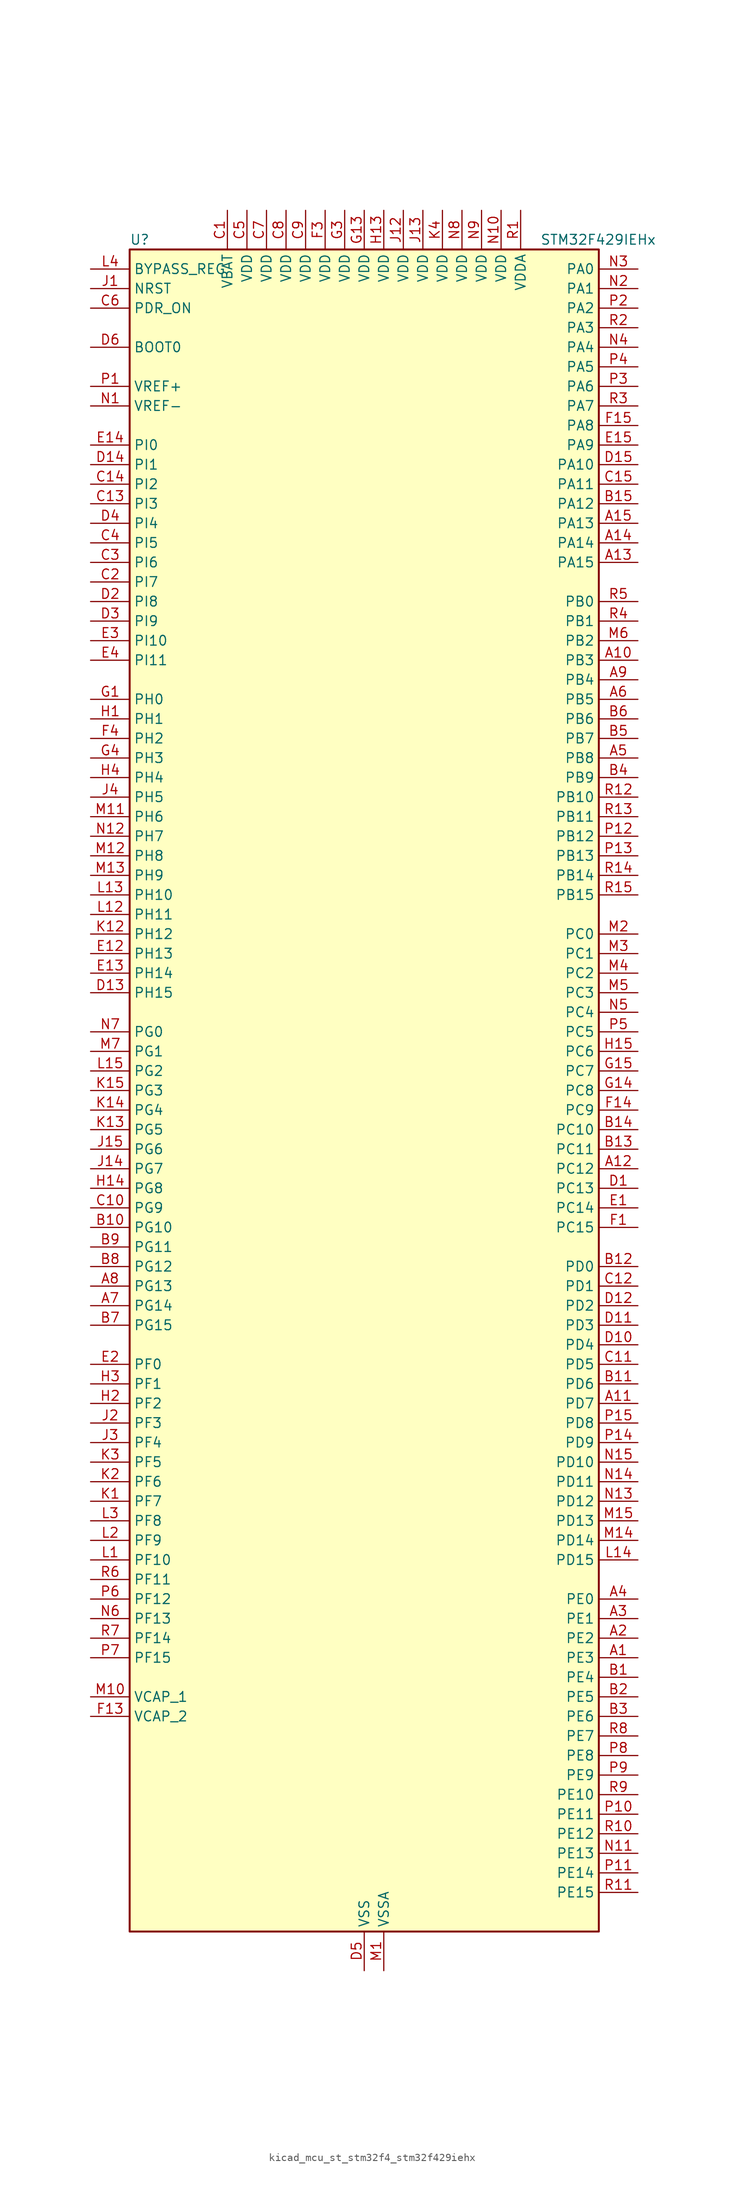
<source format=kicad_sym>
(kicad_symbol_lib
  (version 20220914)
  (generator kicad_symbol_editor)
  (symbol "kicad_mcu_st_stm32f4_stm32f429iehx"
    (property "Reference" "U"
      (at -30.48 110.49 0)
      (effects (font (size 1.27 1.27)) (justify left)))
    (property "Value" "STM32F429IEHx"
      (at 22.86 110.49 0)
      (effects (font (size 1.27 1.27)) (justify left)))
    (property "ki_locked" ""
      (at 0 0 0)
      (effects (font (size 1.27 1.27))))
    (symbol "kicad_mcu_st_stm32f4_stm32f429iehx_0_1"
      (rectangle (start -30.48 -109.22) (end 30.48 109.22) (stroke (width 0.254) (type default)) (fill (type background))))
    (symbol "kicad_mcu_st_stm32f4_stm32f429iehx_1_1"
      (pin bidirectional line (at 35.56 -73.66 180) (length 5.08) (name "PE3" (effects (font (size 1.27 1.27)))) (number "A1" (effects (font (size 1.27 1.27)))) (alternate "FMC_A19" bidirectional line) (alternate "SAI1_SD_B" bidirectional line) (alternate "SYS_TRACED0" bidirectional line))
      (pin bidirectional line (at 35.56 55.88 180) (length 5.08) (name "PB3" (effects (font (size 1.27 1.27)))) (number "A10" (effects (font (size 1.27 1.27)))) (alternate "I2S3_CK" bidirectional line) (alternate "SPI1_SCK" bidirectional line) (alternate "SPI3_SCK" bidirectional line) (alternate "SYS_JTDO-SWO" bidirectional line) (alternate "TIM2_CH2" bidirectional line))
      (pin bidirectional line (at 35.56 -40.64 180) (length 5.08) (name "PD7" (effects (font (size 1.27 1.27)))) (number "A11" (effects (font (size 1.27 1.27)))) (alternate "FMC_NCE2" bidirectional line) (alternate "FMC_NE1" bidirectional line) (alternate "USART2_CK" bidirectional line))
      (pin bidirectional line (at 35.56 -10.16 180) (length 5.08) (name "PC12" (effects (font (size 1.27 1.27)))) (number "A12" (effects (font (size 1.27 1.27)))) (alternate "DCMI_D9" bidirectional line) (alternate "I2S3_SD" bidirectional line) (alternate "SDIO_CK" bidirectional line) (alternate "SPI3_MOSI" bidirectional line) (alternate "UART5_TX" bidirectional line) (alternate "USART3_CK" bidirectional line))
      (pin bidirectional line (at 35.56 68.58 180) (length 5.08) (name "PA15" (effects (font (size 1.27 1.27)))) (number "A13" (effects (font (size 1.27 1.27)))) (alternate "ADC1_EXTI15" bidirectional line) (alternate "ADC2_EXTI15" bidirectional line) (alternate "ADC3_EXTI15" bidirectional line) (alternate "I2S3_WS" bidirectional line) (alternate "SPI1_NSS" bidirectional line) (alternate "SPI3_NSS" bidirectional line) (alternate "SYS_JTDI" bidirectional line) (alternate "TIM2_CH1" bidirectional line) (alternate "TIM2_ETR" bidirectional line))
      (pin bidirectional line (at 35.56 71.12 180) (length 5.08) (name "PA14" (effects (font (size 1.27 1.27)))) (number "A14" (effects (font (size 1.27 1.27)))) (alternate "SYS_JTCK-SWCLK" bidirectional line))
      (pin bidirectional line (at 35.56 73.66 180) (length 5.08) (name "PA13" (effects (font (size 1.27 1.27)))) (number "A15" (effects (font (size 1.27 1.27)))) (alternate "SYS_JTMS-SWDIO" bidirectional line))
      (pin bidirectional line (at 35.56 -71.12 180) (length 5.08) (name "PE2" (effects (font (size 1.27 1.27)))) (number "A2" (effects (font (size 1.27 1.27)))) (alternate "ETH_TXD3" bidirectional line) (alternate "FMC_A23" bidirectional line) (alternate "SAI1_MCLK_A" bidirectional line) (alternate "SPI4_SCK" bidirectional line) (alternate "SYS_TRACECLK" bidirectional line))
      (pin bidirectional line (at 35.56 -68.58 180) (length 5.08) (name "PE1" (effects (font (size 1.27 1.27)))) (number "A3" (effects (font (size 1.27 1.27)))) (alternate "DCMI_D3" bidirectional line) (alternate "FMC_NBL1" bidirectional line) (alternate "UART8_TX" bidirectional line))
      (pin bidirectional line (at 35.56 -66.04 180) (length 5.08) (name "PE0" (effects (font (size 1.27 1.27)))) (number "A4" (effects (font (size 1.27 1.27)))) (alternate "DCMI_D2" bidirectional line) (alternate "FMC_NBL0" bidirectional line) (alternate "TIM4_ETR" bidirectional line) (alternate "UART8_RX" bidirectional line))
      (pin bidirectional line (at 35.56 43.18 180) (length 5.08) (name "PB8" (effects (font (size 1.27 1.27)))) (number "A5" (effects (font (size 1.27 1.27)))) (alternate "CAN1_RX" bidirectional line) (alternate "DCMI_D6" bidirectional line) (alternate "ETH_TXD3" bidirectional line) (alternate "I2C1_SCL" bidirectional line) (alternate "LTDC_B6" bidirectional line) (alternate "SDIO_D4" bidirectional line) (alternate "TIM10_CH1" bidirectional line) (alternate "TIM4_CH3" bidirectional line))
      (pin bidirectional line (at 35.56 50.8 180) (length 5.08) (name "PB5" (effects (font (size 1.27 1.27)))) (number "A6" (effects (font (size 1.27 1.27)))) (alternate "CAN2_RX" bidirectional line) (alternate "DCMI_D10" bidirectional line) (alternate "ETH_PPS_OUT" bidirectional line) (alternate "FMC_SDCKE1" bidirectional line) (alternate "I2C1_SMBA" bidirectional line) (alternate "I2S3_SD" bidirectional line) (alternate "SPI1_MOSI" bidirectional line) (alternate "SPI3_MOSI" bidirectional line) (alternate "TIM3_CH2" bidirectional line) (alternate "USB_OTG_HS_ULPI_D7" bidirectional line))
      (pin bidirectional line (at -35.56 -27.94 0) (length 5.08) (name "PG14" (effects (font (size 1.27 1.27)))) (number "A7" (effects (font (size 1.27 1.27)))) (alternate "ETH_TXD1" bidirectional line) (alternate "FMC_A25" bidirectional line) (alternate "SPI6_MOSI" bidirectional line) (alternate "USART6_TX" bidirectional line))
      (pin bidirectional line (at -35.56 -25.4 0) (length 5.08) (name "PG13" (effects (font (size 1.27 1.27)))) (number "A8" (effects (font (size 1.27 1.27)))) (alternate "ETH_TXD0" bidirectional line) (alternate "FMC_A24" bidirectional line) (alternate "SPI6_SCK" bidirectional line) (alternate "USART6_CTS" bidirectional line))
      (pin bidirectional line (at 35.56 53.34 180) (length 5.08) (name "PB4" (effects (font (size 1.27 1.27)))) (number "A9" (effects (font (size 1.27 1.27)))) (alternate "I2S3_ext_SD" bidirectional line) (alternate "SPI1_MISO" bidirectional line) (alternate "SPI3_MISO" bidirectional line) (alternate "SYS_JTRST" bidirectional line) (alternate "TIM3_CH1" bidirectional line))
      (pin bidirectional line (at 35.56 -76.2 180) (length 5.08) (name "PE4" (effects (font (size 1.27 1.27)))) (number "B1" (effects (font (size 1.27 1.27)))) (alternate "DCMI_D4" bidirectional line) (alternate "FMC_A20" bidirectional line) (alternate "LTDC_B0" bidirectional line) (alternate "SAI1_FS_A" bidirectional line) (alternate "SPI4_NSS" bidirectional line) (alternate "SYS_TRACED1" bidirectional line))
      (pin bidirectional line (at -35.56 -17.78 0) (length 5.08) (name "PG10" (effects (font (size 1.27 1.27)))) (number "B10" (effects (font (size 1.27 1.27)))) (alternate "DCMI_D2" bidirectional line) (alternate "FMC_NCE4_1" bidirectional line) (alternate "FMC_NE3" bidirectional line) (alternate "LTDC_B2" bidirectional line) (alternate "LTDC_G3" bidirectional line))
      (pin bidirectional line (at 35.56 -38.1 180) (length 5.08) (name "PD6" (effects (font (size 1.27 1.27)))) (number "B11" (effects (font (size 1.27 1.27)))) (alternate "DCMI_D10" bidirectional line) (alternate "FMC_NWAIT" bidirectional line) (alternate "I2S3_SD" bidirectional line) (alternate "LTDC_B2" bidirectional line) (alternate "SAI1_SD_A" bidirectional line) (alternate "SPI3_MOSI" bidirectional line) (alternate "USART2_RX" bidirectional line))
      (pin bidirectional line (at 35.56 -22.86 180) (length 5.08) (name "PD0" (effects (font (size 1.27 1.27)))) (number "B12" (effects (font (size 1.27 1.27)))) (alternate "CAN1_RX" bidirectional line) (alternate "FMC_D2" bidirectional line) (alternate "FMC_DA2" bidirectional line))
      (pin bidirectional line (at 35.56 -7.62 180) (length 5.08) (name "PC11" (effects (font (size 1.27 1.27)))) (number "B13" (effects (font (size 1.27 1.27)))) (alternate "ADC1_EXTI11" bidirectional line) (alternate "ADC2_EXTI11" bidirectional line) (alternate "ADC3_EXTI11" bidirectional line) (alternate "DCMI_D4" bidirectional line) (alternate "I2S3_ext_SD" bidirectional line) (alternate "SDIO_D3" bidirectional line) (alternate "SPI3_MISO" bidirectional line) (alternate "UART4_RX" bidirectional line) (alternate "USART3_RX" bidirectional line))
      (pin bidirectional line (at 35.56 -5.08 180) (length 5.08) (name "PC10" (effects (font (size 1.27 1.27)))) (number "B14" (effects (font (size 1.27 1.27)))) (alternate "DCMI_D8" bidirectional line) (alternate "I2S3_CK" bidirectional line) (alternate "LTDC_R2" bidirectional line) (alternate "SDIO_D2" bidirectional line) (alternate "SPI3_SCK" bidirectional line) (alternate "UART4_TX" bidirectional line) (alternate "USART3_TX" bidirectional line))
      (pin bidirectional line (at 35.56 76.2 180) (length 5.08) (name "PA12" (effects (font (size 1.27 1.27)))) (number "B15" (effects (font (size 1.27 1.27)))) (alternate "CAN1_TX" bidirectional line) (alternate "LTDC_R5" bidirectional line) (alternate "TIM1_ETR" bidirectional line) (alternate "USART1_RTS" bidirectional line) (alternate "USB_OTG_FS_DP" bidirectional line))
      (pin bidirectional line (at 35.56 -78.74 180) (length 5.08) (name "PE5" (effects (font (size 1.27 1.27)))) (number "B2" (effects (font (size 1.27 1.27)))) (alternate "DCMI_D6" bidirectional line) (alternate "FMC_A21" bidirectional line) (alternate "LTDC_G0" bidirectional line) (alternate "SAI1_SCK_A" bidirectional line) (alternate "SPI4_MISO" bidirectional line) (alternate "SYS_TRACED2" bidirectional line) (alternate "TIM9_CH1" bidirectional line))
      (pin bidirectional line (at 35.56 -81.28 180) (length 5.08) (name "PE6" (effects (font (size 1.27 1.27)))) (number "B3" (effects (font (size 1.27 1.27)))) (alternate "DCMI_D7" bidirectional line) (alternate "FMC_A22" bidirectional line) (alternate "LTDC_G1" bidirectional line) (alternate "SAI1_SD_A" bidirectional line) (alternate "SPI4_MOSI" bidirectional line) (alternate "SYS_TRACED3" bidirectional line) (alternate "TIM9_CH2" bidirectional line))
      (pin bidirectional line (at 35.56 40.64 180) (length 5.08) (name "PB9" (effects (font (size 1.27 1.27)))) (number "B4" (effects (font (size 1.27 1.27)))) (alternate "CAN1_TX" bidirectional line) (alternate "DAC_EXTI9" bidirectional line) (alternate "DCMI_D7" bidirectional line) (alternate "I2C1_SDA" bidirectional line) (alternate "I2S2_WS" bidirectional line) (alternate "LTDC_B7" bidirectional line) (alternate "SDIO_D5" bidirectional line) (alternate "SPI2_NSS" bidirectional line) (alternate "TIM11_CH1" bidirectional line) (alternate "TIM4_CH4" bidirectional line))
      (pin bidirectional line (at 35.56 45.72 180) (length 5.08) (name "PB7" (effects (font (size 1.27 1.27)))) (number "B5" (effects (font (size 1.27 1.27)))) (alternate "DCMI_VSYNC" bidirectional line) (alternate "FMC_NL" bidirectional line) (alternate "I2C1_SDA" bidirectional line) (alternate "TIM4_CH2" bidirectional line) (alternate "USART1_RX" bidirectional line))
      (pin bidirectional line (at 35.56 48.26 180) (length 5.08) (name "PB6" (effects (font (size 1.27 1.27)))) (number "B6" (effects (font (size 1.27 1.27)))) (alternate "CAN2_TX" bidirectional line) (alternate "DCMI_D5" bidirectional line) (alternate "FMC_SDNE1" bidirectional line) (alternate "I2C1_SCL" bidirectional line) (alternate "TIM4_CH1" bidirectional line) (alternate "USART1_TX" bidirectional line))
      (pin bidirectional line (at -35.56 -30.48 0) (length 5.08) (name "PG15" (effects (font (size 1.27 1.27)))) (number "B7" (effects (font (size 1.27 1.27)))) (alternate "ADC1_EXTI15" bidirectional line) (alternate "ADC2_EXTI15" bidirectional line) (alternate "ADC3_EXTI15" bidirectional line) (alternate "DCMI_D13" bidirectional line) (alternate "FMC_SDNCAS" bidirectional line) (alternate "USART6_CTS" bidirectional line))
      (pin bidirectional line (at -35.56 -22.86 0) (length 5.08) (name "PG12" (effects (font (size 1.27 1.27)))) (number "B8" (effects (font (size 1.27 1.27)))) (alternate "FMC_NE4" bidirectional line) (alternate "LTDC_B1" bidirectional line) (alternate "LTDC_B4" bidirectional line) (alternate "SPI6_MISO" bidirectional line) (alternate "USART6_RTS" bidirectional line))
      (pin bidirectional line (at -35.56 -20.32 0) (length 5.08) (name "PG11" (effects (font (size 1.27 1.27)))) (number "B9" (effects (font (size 1.27 1.27)))) (alternate "ADC1_EXTI11" bidirectional line) (alternate "ADC2_EXTI11" bidirectional line) (alternate "ADC3_EXTI11" bidirectional line) (alternate "DCMI_D3" bidirectional line) (alternate "ETH_TX_EN" bidirectional line) (alternate "FMC_NCE4_2" bidirectional line) (alternate "LTDC_B3" bidirectional line))
      (pin power_in line (at -17.78 114.3 270) (length 5.08) (name "VBAT" (effects (font (size 1.27 1.27)))) (number "C1" (effects (font (size 1.27 1.27)))))
      (pin bidirectional line (at -35.56 -15.24 0) (length 5.08) (name "PG9" (effects (font (size 1.27 1.27)))) (number "C10" (effects (font (size 1.27 1.27)))) (alternate "DAC_EXTI9" bidirectional line) (alternate "DCMI_VSYNC" bidirectional line) (alternate "FMC_NCE3" bidirectional line) (alternate "FMC_NE2" bidirectional line) (alternate "USART6_RX" bidirectional line))
      (pin bidirectional line (at 35.56 -35.56 180) (length 5.08) (name "PD5" (effects (font (size 1.27 1.27)))) (number "C11" (effects (font (size 1.27 1.27)))) (alternate "FMC_NWE" bidirectional line) (alternate "USART2_TX" bidirectional line))
      (pin bidirectional line (at 35.56 -25.4 180) (length 5.08) (name "PD1" (effects (font (size 1.27 1.27)))) (number "C12" (effects (font (size 1.27 1.27)))) (alternate "CAN1_TX" bidirectional line) (alternate "FMC_D3" bidirectional line) (alternate "FMC_DA3" bidirectional line))
      (pin bidirectional line (at -35.56 76.2 0) (length 5.08) (name "PI3" (effects (font (size 1.27 1.27)))) (number "C13" (effects (font (size 1.27 1.27)))) (alternate "DCMI_D10" bidirectional line) (alternate "FMC_D27" bidirectional line) (alternate "I2S2_SD" bidirectional line) (alternate "SPI2_MOSI" bidirectional line) (alternate "TIM8_ETR" bidirectional line))
      (pin bidirectional line (at -35.56 78.74 0) (length 5.08) (name "PI2" (effects (font (size 1.27 1.27)))) (number "C14" (effects (font (size 1.27 1.27)))) (alternate "DCMI_D9" bidirectional line) (alternate "FMC_D26" bidirectional line) (alternate "I2S2_ext_SD" bidirectional line) (alternate "LTDC_G7" bidirectional line) (alternate "SPI2_MISO" bidirectional line) (alternate "TIM8_CH4" bidirectional line))
      (pin bidirectional line (at 35.56 78.74 180) (length 5.08) (name "PA11" (effects (font (size 1.27 1.27)))) (number "C15" (effects (font (size 1.27 1.27)))) (alternate "ADC1_EXTI11" bidirectional line) (alternate "ADC2_EXTI11" bidirectional line) (alternate "ADC3_EXTI11" bidirectional line) (alternate "CAN1_RX" bidirectional line) (alternate "LTDC_R4" bidirectional line) (alternate "TIM1_CH4" bidirectional line) (alternate "USART1_CTS" bidirectional line) (alternate "USB_OTG_FS_DM" bidirectional line))
      (pin bidirectional line (at -35.56 66.04 0) (length 5.08) (name "PI7" (effects (font (size 1.27 1.27)))) (number "C2" (effects (font (size 1.27 1.27)))) (alternate "DCMI_D7" bidirectional line) (alternate "FMC_D29" bidirectional line) (alternate "LTDC_B7" bidirectional line) (alternate "TIM8_CH3" bidirectional line))
      (pin bidirectional line (at -35.56 68.58 0) (length 5.08) (name "PI6" (effects (font (size 1.27 1.27)))) (number "C3" (effects (font (size 1.27 1.27)))) (alternate "DCMI_D6" bidirectional line) (alternate "FMC_D28" bidirectional line) (alternate "LTDC_B6" bidirectional line) (alternate "TIM8_CH2" bidirectional line))
      (pin bidirectional line (at -35.56 71.12 0) (length 5.08) (name "PI5" (effects (font (size 1.27 1.27)))) (number "C4" (effects (font (size 1.27 1.27)))) (alternate "DCMI_VSYNC" bidirectional line) (alternate "FMC_NBL3" bidirectional line) (alternate "LTDC_B5" bidirectional line) (alternate "TIM8_CH1" bidirectional line))
      (pin power_in line (at -15.24 114.3 270) (length 5.08) (name "VDD" (effects (font (size 1.27 1.27)))) (number "C5" (effects (font (size 1.27 1.27)))))
      (pin input line (at -35.56 101.6 0) (length 5.08) (name "PDR_ON" (effects (font (size 1.27 1.27)))) (number "C6" (effects (font (size 1.27 1.27)))))
      (pin power_in line (at -12.7 114.3 270) (length 5.08) (name "VDD" (effects (font (size 1.27 1.27)))) (number "C7" (effects (font (size 1.27 1.27)))))
      (pin power_in line (at -10.16 114.3 270) (length 5.08) (name "VDD" (effects (font (size 1.27 1.27)))) (number "C8" (effects (font (size 1.27 1.27)))))
      (pin power_in line (at -7.62 114.3 270) (length 5.08) (name "VDD" (effects (font (size 1.27 1.27)))) (number "C9" (effects (font (size 1.27 1.27)))))
      (pin bidirectional line (at 35.56 -12.7 180) (length 5.08) (name "PC13" (effects (font (size 1.27 1.27)))) (number "D1" (effects (font (size 1.27 1.27)))) (alternate "RTC_AF1" bidirectional line))
      (pin bidirectional line (at 35.56 -33.02 180) (length 5.08) (name "PD4" (effects (font (size 1.27 1.27)))) (number "D10" (effects (font (size 1.27 1.27)))) (alternate "FMC_NOE" bidirectional line) (alternate "USART2_RTS" bidirectional line))
      (pin bidirectional line (at 35.56 -30.48 180) (length 5.08) (name "PD3" (effects (font (size 1.27 1.27)))) (number "D11" (effects (font (size 1.27 1.27)))) (alternate "DCMI_D5" bidirectional line) (alternate "FMC_CLK" bidirectional line) (alternate "I2S2_CK" bidirectional line) (alternate "LTDC_G7" bidirectional line) (alternate "SPI2_SCK" bidirectional line) (alternate "USART2_CTS" bidirectional line))
      (pin bidirectional line (at 35.56 -27.94 180) (length 5.08) (name "PD2" (effects (font (size 1.27 1.27)))) (number "D12" (effects (font (size 1.27 1.27)))) (alternate "DCMI_D11" bidirectional line) (alternate "SDIO_CMD" bidirectional line) (alternate "TIM3_ETR" bidirectional line) (alternate "UART5_RX" bidirectional line))
      (pin bidirectional line (at -35.56 12.7 0) (length 5.08) (name "PH15" (effects (font (size 1.27 1.27)))) (number "D13" (effects (font (size 1.27 1.27)))) (alternate "ADC1_EXTI15" bidirectional line) (alternate "ADC2_EXTI15" bidirectional line) (alternate "ADC3_EXTI15" bidirectional line) (alternate "DCMI_D11" bidirectional line) (alternate "FMC_D23" bidirectional line) (alternate "LTDC_G4" bidirectional line) (alternate "TIM8_CH3N" bidirectional line))
      (pin bidirectional line (at -35.56 81.28 0) (length 5.08) (name "PI1" (effects (font (size 1.27 1.27)))) (number "D14" (effects (font (size 1.27 1.27)))) (alternate "DCMI_D8" bidirectional line) (alternate "FMC_D25" bidirectional line) (alternate "I2S2_CK" bidirectional line) (alternate "LTDC_G6" bidirectional line) (alternate "SPI2_SCK" bidirectional line))
      (pin bidirectional line (at 35.56 81.28 180) (length 5.08) (name "PA10" (effects (font (size 1.27 1.27)))) (number "D15" (effects (font (size 1.27 1.27)))) (alternate "DCMI_D1" bidirectional line) (alternate "TIM1_CH3" bidirectional line) (alternate "USART1_RX" bidirectional line) (alternate "USB_OTG_FS_ID" bidirectional line))
      (pin bidirectional line (at -35.56 63.5 0) (length 5.08) (name "PI8" (effects (font (size 1.27 1.27)))) (number "D2" (effects (font (size 1.27 1.27)))) (alternate "RTC_AF2" bidirectional line))
      (pin bidirectional line (at -35.56 60.96 0) (length 5.08) (name "PI9" (effects (font (size 1.27 1.27)))) (number "D3" (effects (font (size 1.27 1.27)))) (alternate "CAN1_RX" bidirectional line) (alternate "DAC_EXTI9" bidirectional line) (alternate "FMC_D30" bidirectional line) (alternate "LTDC_VSYNC" bidirectional line))
      (pin bidirectional line (at -35.56 73.66 0) (length 5.08) (name "PI4" (effects (font (size 1.27 1.27)))) (number "D4" (effects (font (size 1.27 1.27)))) (alternate "DCMI_D5" bidirectional line) (alternate "FMC_NBL2" bidirectional line) (alternate "LTDC_B4" bidirectional line) (alternate "TIM8_BKIN" bidirectional line))
      (pin power_in line (at 0 -114.3 90) (length 5.08) (name "VSS" (effects (font (size 1.27 1.27)))) (number "D5" (effects (font (size 1.27 1.27)))))
      (pin input line (at -35.56 96.52 0) (length 5.08) (name "BOOT0" (effects (font (size 1.27 1.27)))) (number "D6" (effects (font (size 1.27 1.27)))))
      (pin passive line (at 0 -114.3 90) (length 5.08) hide (name "VSS" (effects (font (size 1.27 1.27)))) (number "D7" (effects (font (size 1.27 1.27)))))
      (pin passive line (at 0 -114.3 90) (length 5.08) hide (name "VSS" (effects (font (size 1.27 1.27)))) (number "D8" (effects (font (size 1.27 1.27)))))
      (pin passive line (at 0 -114.3 90) (length 5.08) hide (name "VSS" (effects (font (size 1.27 1.27)))) (number "D9" (effects (font (size 1.27 1.27)))))
      (pin bidirectional line (at 35.56 -15.24 180) (length 5.08) (name "PC14" (effects (font (size 1.27 1.27)))) (number "E1" (effects (font (size 1.27 1.27)))) (alternate "RCC_OSC32_IN" bidirectional line))
      (pin bidirectional line (at -35.56 17.78 0) (length 5.08) (name "PH13" (effects (font (size 1.27 1.27)))) (number "E12" (effects (font (size 1.27 1.27)))) (alternate "CAN1_TX" bidirectional line) (alternate "FMC_D21" bidirectional line) (alternate "LTDC_G2" bidirectional line) (alternate "TIM8_CH1N" bidirectional line))
      (pin bidirectional line (at -35.56 15.24 0) (length 5.08) (name "PH14" (effects (font (size 1.27 1.27)))) (number "E13" (effects (font (size 1.27 1.27)))) (alternate "DCMI_D4" bidirectional line) (alternate "FMC_D22" bidirectional line) (alternate "LTDC_G3" bidirectional line) (alternate "TIM8_CH2N" bidirectional line))
      (pin bidirectional line (at -35.56 83.82 0) (length 5.08) (name "PI0" (effects (font (size 1.27 1.27)))) (number "E14" (effects (font (size 1.27 1.27)))) (alternate "DCMI_D13" bidirectional line) (alternate "FMC_D24" bidirectional line) (alternate "I2S2_WS" bidirectional line) (alternate "LTDC_G5" bidirectional line) (alternate "SPI2_NSS" bidirectional line) (alternate "TIM5_CH4" bidirectional line))
      (pin bidirectional line (at 35.56 83.82 180) (length 5.08) (name "PA9" (effects (font (size 1.27 1.27)))) (number "E15" (effects (font (size 1.27 1.27)))) (alternate "DAC_EXTI9" bidirectional line) (alternate "DCMI_D0" bidirectional line) (alternate "I2C3_SMBA" bidirectional line) (alternate "TIM1_CH2" bidirectional line) (alternate "USART1_TX" bidirectional line) (alternate "USB_OTG_FS_VBUS" bidirectional line))
      (pin bidirectional line (at -35.56 -35.56 0) (length 5.08) (name "PF0" (effects (font (size 1.27 1.27)))) (number "E2" (effects (font (size 1.27 1.27)))) (alternate "FMC_A0" bidirectional line) (alternate "I2C2_SDA" bidirectional line))
      (pin bidirectional line (at -35.56 58.42 0) (length 5.08) (name "PI10" (effects (font (size 1.27 1.27)))) (number "E3" (effects (font (size 1.27 1.27)))) (alternate "ETH_RX_ER" bidirectional line) (alternate "FMC_D31" bidirectional line) (alternate "LTDC_HSYNC" bidirectional line))
      (pin bidirectional line (at -35.56 55.88 0) (length 5.08) (name "PI11" (effects (font (size 1.27 1.27)))) (number "E4" (effects (font (size 1.27 1.27)))) (alternate "ADC1_EXTI11" bidirectional line) (alternate "ADC2_EXTI11" bidirectional line) (alternate "ADC3_EXTI11" bidirectional line) (alternate "USB_OTG_HS_ULPI_DIR" bidirectional line))
      (pin bidirectional line (at 35.56 -17.78 180) (length 5.08) (name "PC15" (effects (font (size 1.27 1.27)))) (number "F1" (effects (font (size 1.27 1.27)))) (alternate "ADC1_EXTI15" bidirectional line) (alternate "ADC2_EXTI15" bidirectional line) (alternate "ADC3_EXTI15" bidirectional line) (alternate "RCC_OSC32_OUT" bidirectional line))
      (pin passive line (at 0 -114.3 90) (length 5.08) hide (name "VSS" (effects (font (size 1.27 1.27)))) (number "F10" (effects (font (size 1.27 1.27)))))
      (pin passive line (at 0 -114.3 90) (length 5.08) hide (name "VSS" (effects (font (size 1.27 1.27)))) (number "F12" (effects (font (size 1.27 1.27)))))
      (pin power_out line (at -35.56 -81.28 0) (length 5.08) (name "VCAP_2" (effects (font (size 1.27 1.27)))) (number "F13" (effects (font (size 1.27 1.27)))))
      (pin bidirectional line (at 35.56 -2.54 180) (length 5.08) (name "PC9" (effects (font (size 1.27 1.27)))) (number "F14" (effects (font (size 1.27 1.27)))) (alternate "DAC_EXTI9" bidirectional line) (alternate "DCMI_D3" bidirectional line) (alternate "I2C3_SDA" bidirectional line) (alternate "I2S_CKIN" bidirectional line) (alternate "RCC_MCO_2" bidirectional line) (alternate "SDIO_D1" bidirectional line) (alternate "TIM3_CH4" bidirectional line) (alternate "TIM8_CH4" bidirectional line))
      (pin bidirectional line (at 35.56 86.36 180) (length 5.08) (name "PA8" (effects (font (size 1.27 1.27)))) (number "F15" (effects (font (size 1.27 1.27)))) (alternate "I2C3_SCL" bidirectional line) (alternate "LTDC_R6" bidirectional line) (alternate "RCC_MCO_1" bidirectional line) (alternate "TIM1_CH1" bidirectional line) (alternate "USART1_CK" bidirectional line) (alternate "USB_OTG_FS_SOF" bidirectional line))
      (pin passive line (at 0 -114.3 90) (length 5.08) hide (name "VSS" (effects (font (size 1.27 1.27)))) (number "F2" (effects (font (size 1.27 1.27)))))
      (pin power_in line (at -5.08 114.3 270) (length 5.08) (name "VDD" (effects (font (size 1.27 1.27)))) (number "F3" (effects (font (size 1.27 1.27)))))
      (pin bidirectional line (at -35.56 45.72 0) (length 5.08) (name "PH2" (effects (font (size 1.27 1.27)))) (number "F4" (effects (font (size 1.27 1.27)))) (alternate "ETH_CRS" bidirectional line) (alternate "FMC_SDCKE0" bidirectional line) (alternate "LTDC_R0" bidirectional line))
      (pin passive line (at 0 -114.3 90) (length 5.08) hide (name "VSS" (effects (font (size 1.27 1.27)))) (number "F6" (effects (font (size 1.27 1.27)))))
      (pin passive line (at 0 -114.3 90) (length 5.08) hide (name "VSS" (effects (font (size 1.27 1.27)))) (number "F7" (effects (font (size 1.27 1.27)))))
      (pin passive line (at 0 -114.3 90) (length 5.08) hide (name "VSS" (effects (font (size 1.27 1.27)))) (number "F8" (effects (font (size 1.27 1.27)))))
      (pin passive line (at 0 -114.3 90) (length 5.08) hide (name "VSS" (effects (font (size 1.27 1.27)))) (number "F9" (effects (font (size 1.27 1.27)))))
      (pin bidirectional line (at -35.56 50.8 0) (length 5.08) (name "PH0" (effects (font (size 1.27 1.27)))) (number "G1" (effects (font (size 1.27 1.27)))) (alternate "RCC_OSC_IN" bidirectional line))
      (pin passive line (at 0 -114.3 90) (length 5.08) hide (name "VSS" (effects (font (size 1.27 1.27)))) (number "G10" (effects (font (size 1.27 1.27)))))
      (pin passive line (at 0 -114.3 90) (length 5.08) hide (name "VSS" (effects (font (size 1.27 1.27)))) (number "G12" (effects (font (size 1.27 1.27)))))
      (pin power_in line (at 0 114.3 270) (length 5.08) (name "VDD" (effects (font (size 1.27 1.27)))) (number "G13" (effects (font (size 1.27 1.27)))))
      (pin bidirectional line (at 35.56 0 180) (length 5.08) (name "PC8" (effects (font (size 1.27 1.27)))) (number "G14" (effects (font (size 1.27 1.27)))) (alternate "DCMI_D2" bidirectional line) (alternate "SDIO_D0" bidirectional line) (alternate "TIM3_CH3" bidirectional line) (alternate "TIM8_CH3" bidirectional line) (alternate "USART6_CK" bidirectional line))
      (pin bidirectional line (at 35.56 2.54 180) (length 5.08) (name "PC7" (effects (font (size 1.27 1.27)))) (number "G15" (effects (font (size 1.27 1.27)))) (alternate "DCMI_D1" bidirectional line) (alternate "I2S3_MCK" bidirectional line) (alternate "LTDC_G6" bidirectional line) (alternate "SDIO_D7" bidirectional line) (alternate "TIM3_CH2" bidirectional line) (alternate "TIM8_CH2" bidirectional line) (alternate "USART6_RX" bidirectional line))
      (pin passive line (at 0 -114.3 90) (length 5.08) hide (name "VSS" (effects (font (size 1.27 1.27)))) (number "G2" (effects (font (size 1.27 1.27)))))
      (pin power_in line (at -2.54 114.3 270) (length 5.08) (name "VDD" (effects (font (size 1.27 1.27)))) (number "G3" (effects (font (size 1.27 1.27)))))
      (pin bidirectional line (at -35.56 43.18 0) (length 5.08) (name "PH3" (effects (font (size 1.27 1.27)))) (number "G4" (effects (font (size 1.27 1.27)))) (alternate "ETH_COL" bidirectional line) (alternate "FMC_SDNE0" bidirectional line) (alternate "LTDC_R1" bidirectional line))
      (pin passive line (at 0 -114.3 90) (length 5.08) hide (name "VSS" (effects (font (size 1.27 1.27)))) (number "G6" (effects (font (size 1.27 1.27)))))
      (pin passive line (at 0 -114.3 90) (length 5.08) hide (name "VSS" (effects (font (size 1.27 1.27)))) (number "G7" (effects (font (size 1.27 1.27)))))
      (pin passive line (at 0 -114.3 90) (length 5.08) hide (name "VSS" (effects (font (size 1.27 1.27)))) (number "G8" (effects (font (size 1.27 1.27)))))
      (pin passive line (at 0 -114.3 90) (length 5.08) hide (name "VSS" (effects (font (size 1.27 1.27)))) (number "G9" (effects (font (size 1.27 1.27)))))
      (pin bidirectional line (at -35.56 48.26 0) (length 5.08) (name "PH1" (effects (font (size 1.27 1.27)))) (number "H1" (effects (font (size 1.27 1.27)))) (alternate "RCC_OSC_OUT" bidirectional line))
      (pin passive line (at 0 -114.3 90) (length 5.08) hide (name "VSS" (effects (font (size 1.27 1.27)))) (number "H10" (effects (font (size 1.27 1.27)))))
      (pin passive line (at 0 -114.3 90) (length 5.08) hide (name "VSS" (effects (font (size 1.27 1.27)))) (number "H12" (effects (font (size 1.27 1.27)))))
      (pin power_in line (at 2.54 114.3 270) (length 5.08) (name "VDD" (effects (font (size 1.27 1.27)))) (number "H13" (effects (font (size 1.27 1.27)))))
      (pin bidirectional line (at -35.56 -12.7 0) (length 5.08) (name "PG8" (effects (font (size 1.27 1.27)))) (number "H14" (effects (font (size 1.27 1.27)))) (alternate "ETH_PPS_OUT" bidirectional line) (alternate "FMC_SDCLK" bidirectional line) (alternate "SPI6_NSS" bidirectional line) (alternate "USART6_RTS" bidirectional line))
      (pin bidirectional line (at 35.56 5.08 180) (length 5.08) (name "PC6" (effects (font (size 1.27 1.27)))) (number "H15" (effects (font (size 1.27 1.27)))) (alternate "DCMI_D0" bidirectional line) (alternate "I2S2_MCK" bidirectional line) (alternate "LTDC_HSYNC" bidirectional line) (alternate "SDIO_D6" bidirectional line) (alternate "TIM3_CH1" bidirectional line) (alternate "TIM8_CH1" bidirectional line) (alternate "USART6_TX" bidirectional line))
      (pin bidirectional line (at -35.56 -40.64 0) (length 5.08) (name "PF2" (effects (font (size 1.27 1.27)))) (number "H2" (effects (font (size 1.27 1.27)))) (alternate "FMC_A2" bidirectional line) (alternate "I2C2_SMBA" bidirectional line))
      (pin bidirectional line (at -35.56 -38.1 0) (length 5.08) (name "PF1" (effects (font (size 1.27 1.27)))) (number "H3" (effects (font (size 1.27 1.27)))) (alternate "FMC_A1" bidirectional line) (alternate "I2C2_SCL" bidirectional line))
      (pin bidirectional line (at -35.56 40.64 0) (length 5.08) (name "PH4" (effects (font (size 1.27 1.27)))) (number "H4" (effects (font (size 1.27 1.27)))) (alternate "I2C2_SCL" bidirectional line) (alternate "USB_OTG_HS_ULPI_NXT" bidirectional line))
      (pin passive line (at 0 -114.3 90) (length 5.08) hide (name "VSS" (effects (font (size 1.27 1.27)))) (number "H6" (effects (font (size 1.27 1.27)))))
      (pin passive line (at 0 -114.3 90) (length 5.08) hide (name "VSS" (effects (font (size 1.27 1.27)))) (number "H7" (effects (font (size 1.27 1.27)))))
      (pin passive line (at 0 -114.3 90) (length 5.08) hide (name "VSS" (effects (font (size 1.27 1.27)))) (number "H8" (effects (font (size 1.27 1.27)))))
      (pin passive line (at 0 -114.3 90) (length 5.08) hide (name "VSS" (effects (font (size 1.27 1.27)))) (number "H9" (effects (font (size 1.27 1.27)))))
      (pin input line (at -35.56 104.14 0) (length 5.08) (name "NRST" (effects (font (size 1.27 1.27)))) (number "J1" (effects (font (size 1.27 1.27)))))
      (pin passive line (at 0 -114.3 90) (length 5.08) hide (name "VSS" (effects (font (size 1.27 1.27)))) (number "J10" (effects (font (size 1.27 1.27)))))
      (pin power_in line (at 5.08 114.3 270) (length 5.08) (name "VDD" (effects (font (size 1.27 1.27)))) (number "J12" (effects (font (size 1.27 1.27)))))
      (pin power_in line (at 7.62 114.3 270) (length 5.08) (name "VDD" (effects (font (size 1.27 1.27)))) (number "J13" (effects (font (size 1.27 1.27)))))
      (pin bidirectional line (at -35.56 -10.16 0) (length 5.08) (name "PG7" (effects (font (size 1.27 1.27)))) (number "J14" (effects (font (size 1.27 1.27)))) (alternate "DCMI_D13" bidirectional line) (alternate "FMC_INT3" bidirectional line) (alternate "LTDC_CLK" bidirectional line) (alternate "USART6_CK" bidirectional line))
      (pin bidirectional line (at -35.56 -7.62 0) (length 5.08) (name "PG6" (effects (font (size 1.27 1.27)))) (number "J15" (effects (font (size 1.27 1.27)))) (alternate "DCMI_D12" bidirectional line) (alternate "FMC_INT2" bidirectional line) (alternate "LTDC_R7" bidirectional line))
      (pin bidirectional line (at -35.56 -43.18 0) (length 5.08) (name "PF3" (effects (font (size 1.27 1.27)))) (number "J2" (effects (font (size 1.27 1.27)))) (alternate "ADC3_IN9" bidirectional line) (alternate "FMC_A3" bidirectional line))
      (pin bidirectional line (at -35.56 -45.72 0) (length 5.08) (name "PF4" (effects (font (size 1.27 1.27)))) (number "J3" (effects (font (size 1.27 1.27)))) (alternate "ADC3_IN14" bidirectional line) (alternate "FMC_A4" bidirectional line))
      (pin bidirectional line (at -35.56 38.1 0) (length 5.08) (name "PH5" (effects (font (size 1.27 1.27)))) (number "J4" (effects (font (size 1.27 1.27)))) (alternate "FMC_SDNWE" bidirectional line) (alternate "I2C2_SDA" bidirectional line) (alternate "SPI5_NSS" bidirectional line))
      (pin passive line (at 0 -114.3 90) (length 5.08) hide (name "VSS" (effects (font (size 1.27 1.27)))) (number "J6" (effects (font (size 1.27 1.27)))))
      (pin passive line (at 0 -114.3 90) (length 5.08) hide (name "VSS" (effects (font (size 1.27 1.27)))) (number "J7" (effects (font (size 1.27 1.27)))))
      (pin passive line (at 0 -114.3 90) (length 5.08) hide (name "VSS" (effects (font (size 1.27 1.27)))) (number "J8" (effects (font (size 1.27 1.27)))))
      (pin passive line (at 0 -114.3 90) (length 5.08) hide (name "VSS" (effects (font (size 1.27 1.27)))) (number "J9" (effects (font (size 1.27 1.27)))))
      (pin bidirectional line (at -35.56 -53.34 0) (length 5.08) (name "PF7" (effects (font (size 1.27 1.27)))) (number "K1" (effects (font (size 1.27 1.27)))) (alternate "ADC3_IN5" bidirectional line) (alternate "FMC_NREG" bidirectional line) (alternate "SAI1_MCLK_B" bidirectional line) (alternate "SPI5_SCK" bidirectional line) (alternate "TIM11_CH1" bidirectional line) (alternate "UART7_TX" bidirectional line))
      (pin passive line (at 0 -114.3 90) (length 5.08) hide (name "VSS" (effects (font (size 1.27 1.27)))) (number "K10" (effects (font (size 1.27 1.27)))))
      (pin bidirectional line (at -35.56 20.32 0) (length 5.08) (name "PH12" (effects (font (size 1.27 1.27)))) (number "K12" (effects (font (size 1.27 1.27)))) (alternate "DCMI_D3" bidirectional line) (alternate "FMC_D20" bidirectional line) (alternate "LTDC_R6" bidirectional line) (alternate "TIM5_CH3" bidirectional line))
      (pin bidirectional line (at -35.56 -5.08 0) (length 5.08) (name "PG5" (effects (font (size 1.27 1.27)))) (number "K13" (effects (font (size 1.27 1.27)))) (alternate "FMC_A15" bidirectional line) (alternate "FMC_BA1" bidirectional line))
      (pin bidirectional line (at -35.56 -2.54 0) (length 5.08) (name "PG4" (effects (font (size 1.27 1.27)))) (number "K14" (effects (font (size 1.27 1.27)))) (alternate "FMC_A14" bidirectional line) (alternate "FMC_BA0" bidirectional line))
      (pin bidirectional line (at -35.56 0 0) (length 5.08) (name "PG3" (effects (font (size 1.27 1.27)))) (number "K15" (effects (font (size 1.27 1.27)))) (alternate "FMC_A13" bidirectional line))
      (pin bidirectional line (at -35.56 -50.8 0) (length 5.08) (name "PF6" (effects (font (size 1.27 1.27)))) (number "K2" (effects (font (size 1.27 1.27)))) (alternate "ADC3_IN4" bidirectional line) (alternate "FMC_NIORD" bidirectional line) (alternate "SAI1_SD_B" bidirectional line) (alternate "SPI5_NSS" bidirectional line) (alternate "TIM10_CH1" bidirectional line) (alternate "UART7_RX" bidirectional line))
      (pin bidirectional line (at -35.56 -48.26 0) (length 5.08) (name "PF5" (effects (font (size 1.27 1.27)))) (number "K3" (effects (font (size 1.27 1.27)))) (alternate "ADC3_IN15" bidirectional line) (alternate "FMC_A5" bidirectional line))
      (pin power_in line (at 10.16 114.3 270) (length 5.08) (name "VDD" (effects (font (size 1.27 1.27)))) (number "K4" (effects (font (size 1.27 1.27)))))
      (pin passive line (at 0 -114.3 90) (length 5.08) hide (name "VSS" (effects (font (size 1.27 1.27)))) (number "K6" (effects (font (size 1.27 1.27)))))
      (pin passive line (at 0 -114.3 90) (length 5.08) hide (name "VSS" (effects (font (size 1.27 1.27)))) (number "K7" (effects (font (size 1.27 1.27)))))
      (pin passive line (at 0 -114.3 90) (length 5.08) hide (name "VSS" (effects (font (size 1.27 1.27)))) (number "K8" (effects (font (size 1.27 1.27)))))
      (pin passive line (at 0 -114.3 90) (length 5.08) hide (name "VSS" (effects (font (size 1.27 1.27)))) (number "K9" (effects (font (size 1.27 1.27)))))
      (pin bidirectional line (at -35.56 -60.96 0) (length 5.08) (name "PF10" (effects (font (size 1.27 1.27)))) (number "L1" (effects (font (size 1.27 1.27)))) (alternate "ADC3_IN8" bidirectional line) (alternate "DCMI_D11" bidirectional line) (alternate "FMC_INTR" bidirectional line) (alternate "LTDC_DE" bidirectional line))
      (pin bidirectional line (at -35.56 22.86 0) (length 5.08) (name "PH11" (effects (font (size 1.27 1.27)))) (number "L12" (effects (font (size 1.27 1.27)))) (alternate "ADC1_EXTI11" bidirectional line) (alternate "ADC2_EXTI11" bidirectional line) (alternate "ADC3_EXTI11" bidirectional line) (alternate "DCMI_D2" bidirectional line) (alternate "FMC_D19" bidirectional line) (alternate "LTDC_R5" bidirectional line) (alternate "TIM5_CH2" bidirectional line))
      (pin bidirectional line (at -35.56 25.4 0) (length 5.08) (name "PH10" (effects (font (size 1.27 1.27)))) (number "L13" (effects (font (size 1.27 1.27)))) (alternate "DCMI_D1" bidirectional line) (alternate "FMC_D18" bidirectional line) (alternate "LTDC_R4" bidirectional line) (alternate "TIM5_CH1" bidirectional line))
      (pin bidirectional line (at 35.56 -60.96 180) (length 5.08) (name "PD15" (effects (font (size 1.27 1.27)))) (number "L14" (effects (font (size 1.27 1.27)))) (alternate "ADC1_EXTI15" bidirectional line) (alternate "ADC2_EXTI15" bidirectional line) (alternate "ADC3_EXTI15" bidirectional line) (alternate "FMC_D1" bidirectional line) (alternate "FMC_DA1" bidirectional line) (alternate "TIM4_CH4" bidirectional line))
      (pin bidirectional line (at -35.56 2.54 0) (length 5.08) (name "PG2" (effects (font (size 1.27 1.27)))) (number "L15" (effects (font (size 1.27 1.27)))) (alternate "FMC_A12" bidirectional line))
      (pin bidirectional line (at -35.56 -58.42 0) (length 5.08) (name "PF9" (effects (font (size 1.27 1.27)))) (number "L2" (effects (font (size 1.27 1.27)))) (alternate "ADC3_IN7" bidirectional line) (alternate "DAC_EXTI9" bidirectional line) (alternate "FMC_CD" bidirectional line) (alternate "SAI1_FS_B" bidirectional line) (alternate "SPI5_MOSI" bidirectional line) (alternate "TIM14_CH1" bidirectional line))
      (pin bidirectional line (at -35.56 -55.88 0) (length 5.08) (name "PF8" (effects (font (size 1.27 1.27)))) (number "L3" (effects (font (size 1.27 1.27)))) (alternate "ADC3_IN6" bidirectional line) (alternate "FMC_NIOWR" bidirectional line) (alternate "SAI1_SCK_B" bidirectional line) (alternate "SPI5_MISO" bidirectional line) (alternate "TIM13_CH1" bidirectional line))
      (pin input line (at -35.56 106.68 0) (length 5.08) (name "BYPASS_REG" (effects (font (size 1.27 1.27)))) (number "L4" (effects (font (size 1.27 1.27)))))
      (pin power_in line (at 2.54 -114.3 90) (length 5.08) (name "VSSA" (effects (font (size 1.27 1.27)))) (number "M1" (effects (font (size 1.27 1.27)))))
      (pin power_out line (at -35.56 -78.74 0) (length 5.08) (name "VCAP_1" (effects (font (size 1.27 1.27)))) (number "M10" (effects (font (size 1.27 1.27)))))
      (pin bidirectional line (at -35.56 35.56 0) (length 5.08) (name "PH6" (effects (font (size 1.27 1.27)))) (number "M11" (effects (font (size 1.27 1.27)))) (alternate "DCMI_D8" bidirectional line) (alternate "ETH_RXD2" bidirectional line) (alternate "FMC_SDNE1" bidirectional line) (alternate "I2C2_SMBA" bidirectional line) (alternate "SPI5_SCK" bidirectional line) (alternate "TIM12_CH1" bidirectional line))
      (pin bidirectional line (at -35.56 30.48 0) (length 5.08) (name "PH8" (effects (font (size 1.27 1.27)))) (number "M12" (effects (font (size 1.27 1.27)))) (alternate "DCMI_HSYNC" bidirectional line) (alternate "FMC_D16" bidirectional line) (alternate "I2C3_SDA" bidirectional line) (alternate "LTDC_R2" bidirectional line))
      (pin bidirectional line (at -35.56 27.94 0) (length 5.08) (name "PH9" (effects (font (size 1.27 1.27)))) (number "M13" (effects (font (size 1.27 1.27)))) (alternate "DAC_EXTI9" bidirectional line) (alternate "DCMI_D0" bidirectional line) (alternate "FMC_D17" bidirectional line) (alternate "I2C3_SMBA" bidirectional line) (alternate "LTDC_R3" bidirectional line) (alternate "TIM12_CH2" bidirectional line))
      (pin bidirectional line (at 35.56 -58.42 180) (length 5.08) (name "PD14" (effects (font (size 1.27 1.27)))) (number "M14" (effects (font (size 1.27 1.27)))) (alternate "FMC_D0" bidirectional line) (alternate "FMC_DA0" bidirectional line) (alternate "TIM4_CH3" bidirectional line))
      (pin bidirectional line (at 35.56 -55.88 180) (length 5.08) (name "PD13" (effects (font (size 1.27 1.27)))) (number "M15" (effects (font (size 1.27 1.27)))) (alternate "FMC_A18" bidirectional line) (alternate "TIM4_CH2" bidirectional line))
      (pin bidirectional line (at 35.56 20.32 180) (length 5.08) (name "PC0" (effects (font (size 1.27 1.27)))) (number "M2" (effects (font (size 1.27 1.27)))) (alternate "ADC1_IN10" bidirectional line) (alternate "ADC2_IN10" bidirectional line) (alternate "ADC3_IN10" bidirectional line) (alternate "FMC_SDNWE" bidirectional line) (alternate "USB_OTG_HS_ULPI_STP" bidirectional line))
      (pin bidirectional line (at 35.56 17.78 180) (length 5.08) (name "PC1" (effects (font (size 1.27 1.27)))) (number "M3" (effects (font (size 1.27 1.27)))) (alternate "ADC1_IN11" bidirectional line) (alternate "ADC2_IN11" bidirectional line) (alternate "ADC3_IN11" bidirectional line) (alternate "ETH_MDC" bidirectional line))
      (pin bidirectional line (at 35.56 15.24 180) (length 5.08) (name "PC2" (effects (font (size 1.27 1.27)))) (number "M4" (effects (font (size 1.27 1.27)))) (alternate "ADC1_IN12" bidirectional line) (alternate "ADC2_IN12" bidirectional line) (alternate "ADC3_IN12" bidirectional line) (alternate "ETH_TXD2" bidirectional line) (alternate "FMC_SDNE0" bidirectional line) (alternate "I2S2_ext_SD" bidirectional line) (alternate "SPI2_MISO" bidirectional line) (alternate "USB_OTG_HS_ULPI_DIR" bidirectional line))
      (pin bidirectional line (at 35.56 12.7 180) (length 5.08) (name "PC3" (effects (font (size 1.27 1.27)))) (number "M5" (effects (font (size 1.27 1.27)))) (alternate "ADC1_IN13" bidirectional line) (alternate "ADC2_IN13" bidirectional line) (alternate "ADC3_IN13" bidirectional line) (alternate "ETH_TX_CLK" bidirectional line) (alternate "FMC_SDCKE0" bidirectional line) (alternate "I2S2_SD" bidirectional line) (alternate "SPI2_MOSI" bidirectional line) (alternate "USB_OTG_HS_ULPI_NXT" bidirectional line))
      (pin bidirectional line (at 35.56 58.42 180) (length 5.08) (name "PB2" (effects (font (size 1.27 1.27)))) (number "M6" (effects (font (size 1.27 1.27)))))
      (pin bidirectional line (at -35.56 5.08 0) (length 5.08) (name "PG1" (effects (font (size 1.27 1.27)))) (number "M7" (effects (font (size 1.27 1.27)))) (alternate "FMC_A11" bidirectional line))
      (pin passive line (at 0 -114.3 90) (length 5.08) hide (name "VSS" (effects (font (size 1.27 1.27)))) (number "M8" (effects (font (size 1.27 1.27)))))
      (pin passive line (at 0 -114.3 90) (length 5.08) hide (name "VSS" (effects (font (size 1.27 1.27)))) (number "M9" (effects (font (size 1.27 1.27)))))
      (pin input line (at -35.56 88.9 0) (length 5.08) (name "VREF-" (effects (font (size 1.27 1.27)))) (number "N1" (effects (font (size 1.27 1.27)))))
      (pin power_in line (at 17.78 114.3 270) (length 5.08) (name "VDD" (effects (font (size 1.27 1.27)))) (number "N10" (effects (font (size 1.27 1.27)))))
      (pin bidirectional line (at 35.56 -99.06 180) (length 5.08) (name "PE13" (effects (font (size 1.27 1.27)))) (number "N11" (effects (font (size 1.27 1.27)))) (alternate "FMC_D10" bidirectional line) (alternate "FMC_DA10" bidirectional line) (alternate "LTDC_DE" bidirectional line) (alternate "SPI4_MISO" bidirectional line) (alternate "TIM1_CH3" bidirectional line))
      (pin bidirectional line (at -35.56 33.02 0) (length 5.08) (name "PH7" (effects (font (size 1.27 1.27)))) (number "N12" (effects (font (size 1.27 1.27)))) (alternate "DCMI_D9" bidirectional line) (alternate "ETH_RXD3" bidirectional line) (alternate "FMC_SDCKE1" bidirectional line) (alternate "I2C3_SCL" bidirectional line) (alternate "SPI5_MISO" bidirectional line))
      (pin bidirectional line (at 35.56 -53.34 180) (length 5.08) (name "PD12" (effects (font (size 1.27 1.27)))) (number "N13" (effects (font (size 1.27 1.27)))) (alternate "FMC_A17" bidirectional line) (alternate "FMC_ALE" bidirectional line) (alternate "TIM4_CH1" bidirectional line) (alternate "USART3_RTS" bidirectional line))
      (pin bidirectional line (at 35.56 -50.8 180) (length 5.08) (name "PD11" (effects (font (size 1.27 1.27)))) (number "N14" (effects (font (size 1.27 1.27)))) (alternate "ADC1_EXTI11" bidirectional line) (alternate "ADC2_EXTI11" bidirectional line) (alternate "ADC3_EXTI11" bidirectional line) (alternate "FMC_A16" bidirectional line) (alternate "FMC_CLE" bidirectional line) (alternate "USART3_CTS" bidirectional line))
      (pin bidirectional line (at 35.56 -48.26 180) (length 5.08) (name "PD10" (effects (font (size 1.27 1.27)))) (number "N15" (effects (font (size 1.27 1.27)))) (alternate "FMC_D15" bidirectional line) (alternate "FMC_DA15" bidirectional line) (alternate "LTDC_B3" bidirectional line) (alternate "USART3_CK" bidirectional line))
      (pin bidirectional line (at 35.56 104.14 180) (length 5.08) (name "PA1" (effects (font (size 1.27 1.27)))) (number "N2" (effects (font (size 1.27 1.27)))) (alternate "ADC1_IN1" bidirectional line) (alternate "ADC2_IN1" bidirectional line) (alternate "ADC3_IN1" bidirectional line) (alternate "ETH_REF_CLK" bidirectional line) (alternate "ETH_RX_CLK" bidirectional line) (alternate "TIM2_CH2" bidirectional line) (alternate "TIM5_CH2" bidirectional line) (alternate "UART4_RX" bidirectional line) (alternate "USART2_RTS" bidirectional line))
      (pin bidirectional line (at 35.56 106.68 180) (length 5.08) (name "PA0" (effects (font (size 1.27 1.27)))) (number "N3" (effects (font (size 1.27 1.27)))) (alternate "ADC1_IN0" bidirectional line) (alternate "ADC2_IN0" bidirectional line) (alternate "ADC3_IN0" bidirectional line) (alternate "ETH_CRS" bidirectional line) (alternate "SYS_WKUP" bidirectional line) (alternate "TIM2_CH1" bidirectional line) (alternate "TIM2_ETR" bidirectional line) (alternate "TIM5_CH1" bidirectional line) (alternate "TIM8_ETR" bidirectional line) (alternate "UART4_TX" bidirectional line) (alternate "USART2_CTS" bidirectional line))
      (pin bidirectional line (at 35.56 96.52 180) (length 5.08) (name "PA4" (effects (font (size 1.27 1.27)))) (number "N4" (effects (font (size 1.27 1.27)))) (alternate "ADC1_IN4" bidirectional line) (alternate "ADC2_IN4" bidirectional line) (alternate "DAC_OUT1" bidirectional line) (alternate "DCMI_HSYNC" bidirectional line) (alternate "I2S3_WS" bidirectional line) (alternate "LTDC_VSYNC" bidirectional line) (alternate "SPI1_NSS" bidirectional line) (alternate "SPI3_NSS" bidirectional line) (alternate "USART2_CK" bidirectional line) (alternate "USB_OTG_HS_SOF" bidirectional line))
      (pin bidirectional line (at 35.56 10.16 180) (length 5.08) (name "PC4" (effects (font (size 1.27 1.27)))) (number "N5" (effects (font (size 1.27 1.27)))) (alternate "ADC1_IN14" bidirectional line) (alternate "ADC2_IN14" bidirectional line) (alternate "ETH_RXD0" bidirectional line))
      (pin bidirectional line (at -35.56 -68.58 0) (length 5.08) (name "PF13" (effects (font (size 1.27 1.27)))) (number "N6" (effects (font (size 1.27 1.27)))) (alternate "FMC_A7" bidirectional line))
      (pin bidirectional line (at -35.56 7.62 0) (length 5.08) (name "PG0" (effects (font (size 1.27 1.27)))) (number "N7" (effects (font (size 1.27 1.27)))) (alternate "FMC_A10" bidirectional line))
      (pin power_in line (at 12.7 114.3 270) (length 5.08) (name "VDD" (effects (font (size 1.27 1.27)))) (number "N8" (effects (font (size 1.27 1.27)))))
      (pin power_in line (at 15.24 114.3 270) (length 5.08) (name "VDD" (effects (font (size 1.27 1.27)))) (number "N9" (effects (font (size 1.27 1.27)))))
      (pin input line (at -35.56 91.44 0) (length 5.08) (name "VREF+" (effects (font (size 1.27 1.27)))) (number "P1" (effects (font (size 1.27 1.27)))))
      (pin bidirectional line (at 35.56 -93.98 180) (length 5.08) (name "PE11" (effects (font (size 1.27 1.27)))) (number "P10" (effects (font (size 1.27 1.27)))) (alternate "ADC1_EXTI11" bidirectional line) (alternate "ADC2_EXTI11" bidirectional line) (alternate "ADC3_EXTI11" bidirectional line) (alternate "FMC_D8" bidirectional line) (alternate "FMC_DA8" bidirectional line) (alternate "LTDC_G3" bidirectional line) (alternate "SPI4_NSS" bidirectional line) (alternate "TIM1_CH2" bidirectional line))
      (pin bidirectional line (at 35.56 -101.6 180) (length 5.08) (name "PE14" (effects (font (size 1.27 1.27)))) (number "P11" (effects (font (size 1.27 1.27)))) (alternate "FMC_D11" bidirectional line) (alternate "FMC_DA11" bidirectional line) (alternate "LTDC_CLK" bidirectional line) (alternate "SPI4_MOSI" bidirectional line) (alternate "TIM1_CH4" bidirectional line))
      (pin bidirectional line (at 35.56 33.02 180) (length 5.08) (name "PB12" (effects (font (size 1.27 1.27)))) (number "P12" (effects (font (size 1.27 1.27)))) (alternate "CAN2_RX" bidirectional line) (alternate "ETH_TXD0" bidirectional line) (alternate "I2C2_SMBA" bidirectional line) (alternate "I2S2_WS" bidirectional line) (alternate "SPI2_NSS" bidirectional line) (alternate "TIM1_BKIN" bidirectional line) (alternate "USART3_CK" bidirectional line) (alternate "USB_OTG_HS_ID" bidirectional line) (alternate "USB_OTG_HS_ULPI_D5" bidirectional line))
      (pin bidirectional line (at 35.56 30.48 180) (length 5.08) (name "PB13" (effects (font (size 1.27 1.27)))) (number "P13" (effects (font (size 1.27 1.27)))) (alternate "CAN2_TX" bidirectional line) (alternate "ETH_TXD1" bidirectional line) (alternate "I2S2_CK" bidirectional line) (alternate "SPI2_SCK" bidirectional line) (alternate "TIM1_CH1N" bidirectional line) (alternate "USART3_CTS" bidirectional line) (alternate "USB_OTG_HS_ULPI_D6" bidirectional line) (alternate "USB_OTG_HS_VBUS" bidirectional line))
      (pin bidirectional line (at 35.56 -45.72 180) (length 5.08) (name "PD9" (effects (font (size 1.27 1.27)))) (number "P14" (effects (font (size 1.27 1.27)))) (alternate "DAC_EXTI9" bidirectional line) (alternate "FMC_D14" bidirectional line) (alternate "FMC_DA14" bidirectional line) (alternate "USART3_RX" bidirectional line))
      (pin bidirectional line (at 35.56 -43.18 180) (length 5.08) (name "PD8" (effects (font (size 1.27 1.27)))) (number "P15" (effects (font (size 1.27 1.27)))) (alternate "FMC_D13" bidirectional line) (alternate "FMC_DA13" bidirectional line) (alternate "USART3_TX" bidirectional line))
      (pin bidirectional line (at 35.56 101.6 180) (length 5.08) (name "PA2" (effects (font (size 1.27 1.27)))) (number "P2" (effects (font (size 1.27 1.27)))) (alternate "ADC1_IN2" bidirectional line) (alternate "ADC2_IN2" bidirectional line) (alternate "ADC3_IN2" bidirectional line) (alternate "ETH_MDIO" bidirectional line) (alternate "TIM2_CH3" bidirectional line) (alternate "TIM5_CH3" bidirectional line) (alternate "TIM9_CH1" bidirectional line) (alternate "USART2_TX" bidirectional line))
      (pin bidirectional line (at 35.56 91.44 180) (length 5.08) (name "PA6" (effects (font (size 1.27 1.27)))) (number "P3" (effects (font (size 1.27 1.27)))) (alternate "ADC1_IN6" bidirectional line) (alternate "ADC2_IN6" bidirectional line) (alternate "DCMI_PIXCLK" bidirectional line) (alternate "LTDC_G2" bidirectional line) (alternate "SPI1_MISO" bidirectional line) (alternate "TIM13_CH1" bidirectional line) (alternate "TIM1_BKIN" bidirectional line) (alternate "TIM3_CH1" bidirectional line) (alternate "TIM8_BKIN" bidirectional line))
      (pin bidirectional line (at 35.56 93.98 180) (length 5.08) (name "PA5" (effects (font (size 1.27 1.27)))) (number "P4" (effects (font (size 1.27 1.27)))) (alternate "ADC1_IN5" bidirectional line) (alternate "ADC2_IN5" bidirectional line) (alternate "DAC_OUT2" bidirectional line) (alternate "SPI1_SCK" bidirectional line) (alternate "TIM2_CH1" bidirectional line) (alternate "TIM2_ETR" bidirectional line) (alternate "TIM8_CH1N" bidirectional line) (alternate "USB_OTG_HS_ULPI_CK" bidirectional line))
      (pin bidirectional line (at 35.56 7.62 180) (length 5.08) (name "PC5" (effects (font (size 1.27 1.27)))) (number "P5" (effects (font (size 1.27 1.27)))) (alternate "ADC1_IN15" bidirectional line) (alternate "ADC2_IN15" bidirectional line) (alternate "ETH_RXD1" bidirectional line))
      (pin bidirectional line (at -35.56 -66.04 0) (length 5.08) (name "PF12" (effects (font (size 1.27 1.27)))) (number "P6" (effects (font (size 1.27 1.27)))) (alternate "FMC_A6" bidirectional line))
      (pin bidirectional line (at -35.56 -73.66 0) (length 5.08) (name "PF15" (effects (font (size 1.27 1.27)))) (number "P7" (effects (font (size 1.27 1.27)))) (alternate "ADC1_EXTI15" bidirectional line) (alternate "ADC2_EXTI15" bidirectional line) (alternate "ADC3_EXTI15" bidirectional line) (alternate "FMC_A9" bidirectional line))
      (pin bidirectional line (at 35.56 -86.36 180) (length 5.08) (name "PE8" (effects (font (size 1.27 1.27)))) (number "P8" (effects (font (size 1.27 1.27)))) (alternate "FMC_D5" bidirectional line) (alternate "FMC_DA5" bidirectional line) (alternate "TIM1_CH1N" bidirectional line) (alternate "UART7_TX" bidirectional line))
      (pin bidirectional line (at 35.56 -88.9 180) (length 5.08) (name "PE9" (effects (font (size 1.27 1.27)))) (number "P9" (effects (font (size 1.27 1.27)))) (alternate "DAC_EXTI9" bidirectional line) (alternate "FMC_D6" bidirectional line) (alternate "FMC_DA6" bidirectional line) (alternate "TIM1_CH1" bidirectional line))
      (pin power_in line (at 20.32 114.3 270) (length 5.08) (name "VDDA" (effects (font (size 1.27 1.27)))) (number "R1" (effects (font (size 1.27 1.27)))))
      (pin bidirectional line (at 35.56 -96.52 180) (length 5.08) (name "PE12" (effects (font (size 1.27 1.27)))) (number "R10" (effects (font (size 1.27 1.27)))) (alternate "FMC_D9" bidirectional line) (alternate "FMC_DA9" bidirectional line) (alternate "LTDC_B4" bidirectional line) (alternate "SPI4_SCK" bidirectional line) (alternate "TIM1_CH3N" bidirectional line))
      (pin bidirectional line (at 35.56 -104.14 180) (length 5.08) (name "PE15" (effects (font (size 1.27 1.27)))) (number "R11" (effects (font (size 1.27 1.27)))) (alternate "ADC1_EXTI15" bidirectional line) (alternate "ADC2_EXTI15" bidirectional line) (alternate "ADC3_EXTI15" bidirectional line) (alternate "FMC_D12" bidirectional line) (alternate "FMC_DA12" bidirectional line) (alternate "LTDC_R7" bidirectional line) (alternate "TIM1_BKIN" bidirectional line))
      (pin bidirectional line (at 35.56 38.1 180) (length 5.08) (name "PB10" (effects (font (size 1.27 1.27)))) (number "R12" (effects (font (size 1.27 1.27)))) (alternate "ETH_RX_ER" bidirectional line) (alternate "I2C2_SCL" bidirectional line) (alternate "I2S2_CK" bidirectional line) (alternate "LTDC_G4" bidirectional line) (alternate "SPI2_SCK" bidirectional line) (alternate "TIM2_CH3" bidirectional line) (alternate "USART3_TX" bidirectional line) (alternate "USB_OTG_HS_ULPI_D3" bidirectional line))
      (pin bidirectional line (at 35.56 35.56 180) (length 5.08) (name "PB11" (effects (font (size 1.27 1.27)))) (number "R13" (effects (font (size 1.27 1.27)))) (alternate "ADC1_EXTI11" bidirectional line) (alternate "ADC2_EXTI11" bidirectional line) (alternate "ADC3_EXTI11" bidirectional line) (alternate "ETH_TX_EN" bidirectional line) (alternate "I2C2_SDA" bidirectional line) (alternate "LTDC_G5" bidirectional line) (alternate "TIM2_CH4" bidirectional line) (alternate "USART3_RX" bidirectional line) (alternate "USB_OTG_HS_ULPI_D4" bidirectional line))
      (pin bidirectional line (at 35.56 27.94 180) (length 5.08) (name "PB14" (effects (font (size 1.27 1.27)))) (number "R14" (effects (font (size 1.27 1.27)))) (alternate "I2S2_ext_SD" bidirectional line) (alternate "SPI2_MISO" bidirectional line) (alternate "TIM12_CH1" bidirectional line) (alternate "TIM1_CH2N" bidirectional line) (alternate "TIM8_CH2N" bidirectional line) (alternate "USART3_RTS" bidirectional line) (alternate "USB_OTG_HS_DM" bidirectional line))
      (pin bidirectional line (at 35.56 25.4 180) (length 5.08) (name "PB15" (effects (font (size 1.27 1.27)))) (number "R15" (effects (font (size 1.27 1.27)))) (alternate "ADC1_EXTI15" bidirectional line) (alternate "ADC2_EXTI15" bidirectional line) (alternate "ADC3_EXTI15" bidirectional line) (alternate "I2S2_SD" bidirectional line) (alternate "RTC_REFIN" bidirectional line) (alternate "SPI2_MOSI" bidirectional line) (alternate "TIM12_CH2" bidirectional line) (alternate "TIM1_CH3N" bidirectional line) (alternate "TIM8_CH3N" bidirectional line) (alternate "USB_OTG_HS_DP" bidirectional line))
      (pin bidirectional line (at 35.56 99.06 180) (length 5.08) (name "PA3" (effects (font (size 1.27 1.27)))) (number "R2" (effects (font (size 1.27 1.27)))) (alternate "ADC1_IN3" bidirectional line) (alternate "ADC2_IN3" bidirectional line) (alternate "ADC3_IN3" bidirectional line) (alternate "ETH_COL" bidirectional line) (alternate "LTDC_B5" bidirectional line) (alternate "TIM2_CH4" bidirectional line) (alternate "TIM5_CH4" bidirectional line) (alternate "TIM9_CH2" bidirectional line) (alternate "USART2_RX" bidirectional line) (alternate "USB_OTG_HS_ULPI_D0" bidirectional line))
      (pin bidirectional line (at 35.56 88.9 180) (length 5.08) (name "PA7" (effects (font (size 1.27 1.27)))) (number "R3" (effects (font (size 1.27 1.27)))) (alternate "ADC1_IN7" bidirectional line) (alternate "ADC2_IN7" bidirectional line) (alternate "ETH_CRS_DV" bidirectional line) (alternate "ETH_RX_DV" bidirectional line) (alternate "SPI1_MOSI" bidirectional line) (alternate "TIM14_CH1" bidirectional line) (alternate "TIM1_CH1N" bidirectional line) (alternate "TIM3_CH2" bidirectional line) (alternate "TIM8_CH1N" bidirectional line))
      (pin bidirectional line (at 35.56 60.96 180) (length 5.08) (name "PB1" (effects (font (size 1.27 1.27)))) (number "R4" (effects (font (size 1.27 1.27)))) (alternate "ADC1_IN9" bidirectional line) (alternate "ADC2_IN9" bidirectional line) (alternate "ETH_RXD3" bidirectional line) (alternate "LTDC_R6" bidirectional line) (alternate "TIM1_CH3N" bidirectional line) (alternate "TIM3_CH4" bidirectional line) (alternate "TIM8_CH3N" bidirectional line) (alternate "USB_OTG_HS_ULPI_D2" bidirectional line))
      (pin bidirectional line (at 35.56 63.5 180) (length 5.08) (name "PB0" (effects (font (size 1.27 1.27)))) (number "R5" (effects (font (size 1.27 1.27)))) (alternate "ADC1_IN8" bidirectional line) (alternate "ADC2_IN8" bidirectional line) (alternate "ETH_RXD2" bidirectional line) (alternate "LTDC_R3" bidirectional line) (alternate "TIM1_CH2N" bidirectional line) (alternate "TIM3_CH3" bidirectional line) (alternate "TIM8_CH2N" bidirectional line) (alternate "USB_OTG_HS_ULPI_D1" bidirectional line))
      (pin bidirectional line (at -35.56 -63.5 0) (length 5.08) (name "PF11" (effects (font (size 1.27 1.27)))) (number "R6" (effects (font (size 1.27 1.27)))) (alternate "ADC1_EXTI11" bidirectional line) (alternate "ADC2_EXTI11" bidirectional line) (alternate "ADC3_EXTI11" bidirectional line) (alternate "DCMI_D12" bidirectional line) (alternate "FMC_SDNRAS" bidirectional line) (alternate "SPI5_MOSI" bidirectional line))
      (pin bidirectional line (at -35.56 -71.12 0) (length 5.08) (name "PF14" (effects (font (size 1.27 1.27)))) (number "R7" (effects (font (size 1.27 1.27)))) (alternate "FMC_A8" bidirectional line))
      (pin bidirectional line (at 35.56 -83.82 180) (length 5.08) (name "PE7" (effects (font (size 1.27 1.27)))) (number "R8" (effects (font (size 1.27 1.27)))) (alternate "FMC_D4" bidirectional line) (alternate "FMC_DA4" bidirectional line) (alternate "TIM1_ETR" bidirectional line) (alternate "UART7_RX" bidirectional line))
      (pin bidirectional line (at 35.56 -91.44 180) (length 5.08) (name "PE10" (effects (font (size 1.27 1.27)))) (number "R9" (effects (font (size 1.27 1.27)))) (alternate "FMC_D7" bidirectional line) (alternate "FMC_DA7" bidirectional line) (alternate "TIM1_CH2N" bidirectional line)))))
</source>
